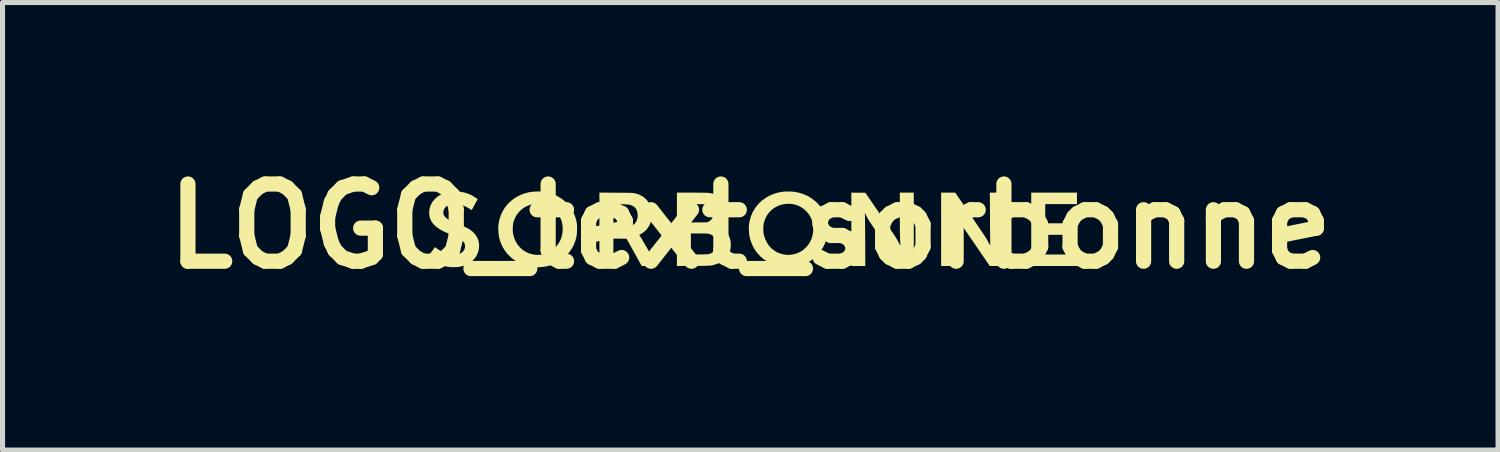
<source format=kicad_pcb>
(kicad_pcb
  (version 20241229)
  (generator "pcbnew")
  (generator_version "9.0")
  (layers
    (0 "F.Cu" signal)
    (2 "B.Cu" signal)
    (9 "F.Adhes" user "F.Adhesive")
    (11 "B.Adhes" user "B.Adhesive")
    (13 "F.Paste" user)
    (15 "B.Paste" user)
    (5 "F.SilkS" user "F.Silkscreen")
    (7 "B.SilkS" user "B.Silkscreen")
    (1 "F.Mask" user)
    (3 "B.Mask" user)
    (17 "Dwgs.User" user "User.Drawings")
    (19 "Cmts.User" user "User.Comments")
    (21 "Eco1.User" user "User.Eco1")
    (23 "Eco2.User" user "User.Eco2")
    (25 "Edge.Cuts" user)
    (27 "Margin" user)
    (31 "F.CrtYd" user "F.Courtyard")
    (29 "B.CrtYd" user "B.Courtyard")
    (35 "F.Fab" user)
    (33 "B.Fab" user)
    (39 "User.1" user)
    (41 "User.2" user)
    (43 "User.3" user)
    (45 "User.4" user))
  (footprint "LOGO_text_sorbonne"
    (layer "F.Cu")
    (at 11.764 1.418)
    (property "Reference" "LOGO_text_sorbonne" (at 0 0 0) (layer "F.SilkS") (effects (font (size 1.524 1.524) (thickness 0.3))))
    (attr board_only exclude_from_pos_files exclude_from_bom)
    (fp_poly (pts (xy 6.45 -0.438) (xy 5.823 -0.438) (xy 5.823 -0.059) (xy 6.331 -0.059) (xy 6.331 0.168) (xy 5.823 0.168) (xy 5.823 0.557) (xy 6.482 0.557) (xy 6.482 0.784) (xy 5.547 0.784) (xy 5.547 -0.665) (xy 6.45 -0.665)) (stroke (width 0) (type solid)) (fill yes) (layer "F.SilkS"))
    (fp_poly (pts (xy 2.272 -0.662) (xy 2.531 -0.284) (xy 2.584 -0.206) (xy 2.631 -0.137) (xy 2.673 -0.076) (xy 2.71 -0.022) (xy 2.743 0.026) (xy 2.771 0.067) (xy 2.795 0.104) (xy 2.816 0.135) (xy 2.834 0.162) (xy 2.85 0.185) (xy 2.863 0.205) (xy 2.874 0.223) (xy 2.884 0.239) (xy 2.892 0.253) (xy 2.9 0.267) (xy 2.908 0.28) (xy 2.915 0.294) (xy 2.923 0.309) (xy 2.925 0.311) (xy 2.941 0.34) (xy 2.952 0.361) (xy 2.96 0.373) (xy 2.964 0.379) (xy 2.966 0.379) (xy 2.967 0.374) (xy 2.966 0.365) (xy 2.963 0.34) (xy 2.961 0.313) (xy 2.959 0.281) (xy 2.957 0.245) (xy 2.956 0.204) (xy 2.955 0.156) (xy 2.954 0.102) (xy 2.953 0.04) (xy 2.953 -0.03) (xy 2.952 -0.109) (xy 2.952 -0.198) (xy 2.952 -0.242) (xy 2.952 -0.665) (xy 3.228 -0.665) (xy 3.228 0.784) (xy 2.954 0.784) (xy 2.664 0.361) (xy 2.614 0.287) (xy 2.568 0.221) (xy 2.529 0.162) (xy 2.494 0.111) (xy 2.463 0.067) (xy 2.437 0.028) (xy 2.415 -0.005) (xy 2.395 -0.034) (xy 2.379 -0.058) (xy 2.366 -0.079) (xy 2.354 -0.097) (xy 2.344 -0.112) (xy 2.336 -0.126) (xy 2.329 -0.138) (xy 2.322 -0.15) (xy 2.315 -0.162) (xy 2.309 -0.175) (xy 2.301 -0.188) (xy 2.298 -0.195) (xy 2.259 -0.268) (xy 2.263 -0.235) (xy 2.263 -0.225) (xy 2.264 -0.205) (xy 2.264 -0.176) (xy 2.265 -0.138) (xy 2.265 -0.093) (xy 2.266 -0.041) (xy 2.267 0.017) (xy 2.267 0.079) (xy 2.268 0.146) (xy 2.268 0.216) (xy 2.269 0.289) (xy 2.269 0.291) (xy 2.271 0.784) (xy 1.995 0.784) (xy 1.995 -0.665)) (stroke (width 0) (type solid)) (fill yes) (layer "F.SilkS"))
    (fp_poly (pts (xy 5.001 0.784) (xy 4.865 0.784) (xy 4.728 0.784) (xy 4.439 0.361) (xy 4.389 0.288) (xy 4.344 0.223) (xy 4.305 0.166) (xy 4.271 0.116) (xy 4.241 0.072) (xy 4.215 0.035) (xy 4.193 0.002) (xy 4.174 -0.026) (xy 4.159 -0.049) (xy 4.145 -0.069) (xy 4.134 -0.087) (xy 4.125 -0.102) (xy 4.116 -0.115) (xy 4.109 -0.128) (xy 4.102 -0.14) (xy 4.095 -0.152) (xy 4.088 -0.165) (xy 4.081 -0.179) (xy 4.075 -0.189) (xy 4.06 -0.218) (xy 4.048 -0.238) (xy 4.041 -0.25) (xy 4.037 -0.255) (xy 4.035 -0.255) (xy 4.035 -0.249) (xy 4.036 -0.241) (xy 4.037 -0.231) (xy 4.037 -0.212) (xy 4.038 -0.183) (xy 4.038 -0.147) (xy 4.039 -0.102) (xy 4.04 -0.051) (xy 4.04 0.006) (xy 4.041 0.069) (xy 4.041 0.135) (xy 4.042 0.205) (xy 4.042 0.278) (xy 4.042 0.285) (xy 4.045 0.784) (xy 3.768 0.784) (xy 3.768 -0.665) (xy 3.908 -0.665) (xy 4.047 -0.664) (xy 4.341 -0.233) (xy 4.391 -0.159) (xy 4.436 -0.093) (xy 4.475 -0.036) (xy 4.51 0.015) (xy 4.54 0.06) (xy 4.566 0.098) (xy 4.588 0.132) (xy 4.608 0.16) (xy 4.624 0.185) (xy 4.638 0.207) (xy 4.65 0.226) (xy 4.661 0.243) (xy 4.67 0.259) (xy 4.679 0.274) (xy 4.687 0.289) (xy 4.695 0.304) (xy 4.704 0.321) (xy 4.707 0.327) (xy 4.721 0.352) (xy 4.731 0.369) (xy 4.736 0.377) (xy 4.739 0.378) (xy 4.739 0.373) (xy 4.739 0.37) (xy 4.738 0.362) (xy 4.737 0.343) (xy 4.737 0.316) (xy 4.736 0.279) (xy 4.736 0.236) (xy 4.735 0.185) (xy 4.735 0.128) (xy 4.734 0.066) (xy 4.733 -0.000195) (xy 4.733 -0.07) (xy 4.733 -0.143) (xy 4.733 -0.158) (xy 4.73 -0.665) (xy 5.001 -0.665)) (stroke (width 0) (type solid)) (fill yes) (layer "F.SilkS"))
    (fp_poly (pts (xy -2.651 -0.663) (xy -2.582 -0.663) (xy -2.524 -0.662) (xy -2.475 -0.662) (xy -2.433 -0.661) (xy -2.399 -0.661) (xy -2.371 -0.66) (xy -2.348 -0.659) (xy -2.329 -0.658) (xy -2.314 -0.657) (xy -2.301 -0.655) (xy -2.289 -0.653) (xy -2.278 -0.651) (xy -2.271 -0.65) (xy -2.205 -0.63) (xy -2.145 -0.601) (xy -2.092 -0.565) (xy -2.046 -0.52) (xy -2.007 -0.469) (xy -1.977 -0.41) (xy -1.956 -0.351) (xy -1.949 -0.311) (xy -1.945 -0.266) (xy -1.944 -0.217) (xy -1.946 -0.17) (xy -1.952 -0.128) (xy -1.956 -0.111) (xy -1.979 -0.045) (xy -2.011 0.014) (xy -2.05 0.066) (xy -2.098 0.111) (xy -2.152 0.148) (xy -2.162 0.154) (xy -2.195 0.171) (xy -2.177 0.195) (xy -2.172 0.203) (xy -2.162 0.219) (xy -2.148 0.242) (xy -2.131 0.271) (xy -2.111 0.305) (xy -2.088 0.344) (xy -2.064 0.386) (xy -2.038 0.43) (xy -2.012 0.475) (xy -1.986 0.521) (xy -1.96 0.565) (xy -1.935 0.608) (xy -1.912 0.649) (xy -1.891 0.686) (xy -1.873 0.718) (xy -1.858 0.744) (xy -1.847 0.764) (xy -1.84 0.777) (xy -1.838 0.781) (xy -1.843 0.782) (xy -1.858 0.782) (xy -1.881 0.783) (xy -1.91 0.783) (xy -1.945 0.784) (xy -1.984 0.784) (xy -1.991 0.784) (xy -2.144 0.784) (xy -2.442 0.246) (xy -2.573 0.244) (xy -2.703 0.243) (xy -2.703 0.784) (xy -2.979 0.784) (xy -2.979 -0.439) (xy -2.703 -0.439) (xy -2.703 0.016) (xy -2.591 0.016) (xy -2.553 0.016) (xy -2.515 0.015) (xy -2.48 0.014) (xy -2.45 0.012) (xy -2.428 0.011) (xy -2.428 0.011) (xy -2.375 0.001) (xy -2.331 -0.016) (xy -2.294 -0.041) (xy -2.264 -0.073) (xy -2.249 -0.099) (xy -2.233 -0.142) (xy -2.224 -0.188) (xy -2.223 -0.234) (xy -2.23 -0.278) (xy -2.243 -0.319) (xy -2.263 -0.355) (xy -2.273 -0.367) (xy -2.299 -0.389) (xy -2.333 -0.408) (xy -2.371 -0.423) (xy -2.387 -0.427) (xy -2.4 -0.429) (xy -2.422 -0.43) (xy -2.451 -0.432) (xy -2.486 -0.434) (xy -2.524 -0.435) (xy -2.559 -0.436) (xy -2.703 -0.439) (xy -2.979 -0.439) (xy -2.979 -0.666)) (stroke (width 0) (type solid)) (fill yes) (layer "F.SilkS"))
    (fp_poly (pts (xy -4.13 -0.686) (xy -4.038 -0.674) (xy -3.95 -0.653) (xy -3.866 -0.623) (xy -3.788 -0.584) (xy -3.716 -0.538) (xy -3.65 -0.484) (xy -3.592 -0.423) (xy -3.54 -0.356) (xy -3.497 -0.282) (xy -3.462 -0.203) (xy -3.436 -0.119) (xy -3.43 -0.088) (xy -3.424 -0.05) (xy -3.421 -0.005) (xy -3.42 0.044) (xy -3.421 0.095) (xy -3.424 0.143) (xy -3.429 0.185) (xy -3.432 0.204) (xy -3.455 0.29) (xy -3.486 0.37) (xy -3.526 0.444) (xy -3.575 0.513) (xy -3.634 0.579) (xy -3.638 0.584) (xy -3.705 0.644) (xy -3.779 0.695) (xy -3.857 0.737) (xy -3.941 0.769) (xy -4.025 0.791) (xy -4.046 0.795) (xy -4.073 0.799) (xy -4.103 0.802) (xy -4.134 0.805) (xy -4.163 0.808) (xy -4.188 0.81) (xy -4.206 0.81) (xy -4.209 0.81) (xy -4.219 0.809) (xy -4.237 0.808) (xy -4.259 0.806) (xy -4.269 0.805) (xy -4.359 0.793) (xy -4.445 0.771) (xy -4.527 0.74) (xy -4.604 0.701) (xy -4.676 0.654) (xy -4.741 0.6) (xy -4.8 0.539) (xy -4.851 0.472) (xy -4.895 0.399) (xy -4.929 0.321) (xy -4.955 0.238) (xy -4.96 0.214) (xy -4.973 0.124) (xy -4.976 0.042) (xy -4.69 0.042) (xy -4.69 0.084) (xy -4.687 0.123) (xy -4.683 0.154) (xy -4.662 0.229) (xy -4.633 0.297) (xy -4.596 0.359) (xy -4.551 0.414) (xy -4.5 0.461) (xy -4.441 0.5) (xy -4.377 0.531) (xy -4.341 0.543) (xy -4.271 0.559) (xy -4.201 0.565) (xy -4.13 0.56) (xy -4.073 0.549) (xy -4.007 0.527) (xy -3.946 0.495) (xy -3.888 0.454) (xy -3.841 0.41) (xy -3.795 0.353) (xy -3.758 0.291) (xy -3.73 0.224) (xy -3.712 0.152) (xy -3.704 0.076) (xy -3.704 0.049) (xy -3.709 -0.026) (xy -3.723 -0.096) (xy -3.748 -0.163) (xy -3.782 -0.224) (xy -3.826 -0.281) (xy -3.835 -0.29) (xy -3.89 -0.341) (xy -3.949 -0.381) (xy -4.012 -0.412) (xy -4.079 -0.432) (xy -4.151 -0.443) (xy -4.198 -0.445) (xy -4.273 -0.439) (xy -4.344 -0.424) (xy -4.411 -0.399) (xy -4.474 -0.364) (xy -4.532 -0.319) (xy -4.537 -0.314) (xy -4.581 -0.267) (xy -4.62 -0.212) (xy -4.651 -0.151) (xy -4.674 -0.087) (xy -4.678 -0.073) (xy -4.684 -0.04) (xy -4.688 -0.000289) (xy -4.69 0.042) (xy -4.976 0.042) (xy -4.977 0.035) (xy -4.97 -0.052) (xy -4.953 -0.137) (xy -4.926 -0.218) (xy -4.89 -0.296) (xy -4.845 -0.369) (xy -4.791 -0.436) (xy -4.761 -0.468) (xy -4.693 -0.527) (xy -4.619 -0.577) (xy -4.54 -0.618) (xy -4.456 -0.65) (xy -4.367 -0.672) (xy -4.276 -0.685) (xy -4.181 -0.688)) (stroke (width 0) (type solid)) (fill yes) (layer "F.SilkS"))
    (fp_poly (pts (xy 0.877 -0.68) (xy 0.966 -0.662) (xy 1.052 -0.634) (xy 1.134 -0.598) (xy 1.21 -0.552) (xy 1.28 -0.498) (xy 1.304 -0.476) (xy 1.362 -0.416) (xy 1.41 -0.351) (xy 1.451 -0.279) (xy 1.454 -0.273) (xy 1.489 -0.193) (xy 1.512 -0.111) (xy 1.526 -0.028) (xy 1.529 0.059) (xy 1.528 0.078) (xy 1.52 0.171) (xy 1.501 0.258) (xy 1.474 0.341) (xy 1.436 0.418) (xy 1.389 0.492) (xy 1.331 0.56) (xy 1.311 0.581) (xy 1.243 0.642) (xy 1.169 0.694) (xy 1.091 0.736) (xy 1.007 0.769) (xy 0.922 0.791) (xy 0.901 0.795) (xy 0.874 0.799) (xy 0.844 0.802) (xy 0.813 0.805) (xy 0.784 0.808) (xy 0.759 0.81) (xy 0.741 0.81) (xy 0.738 0.81) (xy 0.728 0.809) (xy 0.71 0.808) (xy 0.688 0.806) (xy 0.678 0.805) (xy 0.586 0.793) (xy 0.499 0.77) (xy 0.415 0.739) (xy 0.337 0.698) (xy 0.264 0.649) (xy 0.198 0.593) (xy 0.138 0.528) (xy 0.098 0.475) (xy 0.054 0.4) (xy 0.019 0.32) (xy -0.007 0.238) (xy -0.023 0.154) (xy -0.029 0.068) (xy -0.028 0.028) (xy 0.257 0.028) (xy 0.258 0.083) (xy 0.262 0.137) (xy 0.272 0.184) (xy 0.296 0.257) (xy 0.329 0.323) (xy 0.369 0.383) (xy 0.416 0.434) (xy 0.471 0.478) (xy 0.532 0.514) (xy 0.599 0.541) (xy 0.606 0.543) (xy 0.676 0.559) (xy 0.747 0.565) (xy 0.819 0.559) (xy 0.874 0.548) (xy 0.908 0.538) (xy 0.946 0.523) (xy 0.98 0.507) (xy 1.003 0.495) (xy 1.023 0.483) (xy 1.04 0.47) (xy 1.059 0.455) (xy 1.08 0.434) (xy 1.092 0.422) (xy 1.123 0.389) (xy 1.147 0.36) (xy 1.166 0.334) (xy 1.173 0.322) (xy 1.206 0.253) (xy 1.229 0.18) (xy 1.241 0.105) (xy 1.243 0.049) (xy 1.238 -0.026) (xy 1.224 -0.096) (xy 1.199 -0.163) (xy 1.165 -0.224) (xy 1.121 -0.281) (xy 1.112 -0.29) (xy 1.057 -0.341) (xy 0.998 -0.381) (xy 0.935 -0.412) (xy 0.868 -0.432) (xy 0.796 -0.443) (xy 0.749 -0.445) (xy 0.675 -0.439) (xy 0.605 -0.424) (xy 0.54 -0.4) (xy 0.479 -0.367) (xy 0.424 -0.326) (xy 0.375 -0.278) (xy 0.334 -0.222) (xy 0.3 -0.161) (xy 0.275 -0.093) (xy 0.269 -0.073) (xy 0.261 -0.025) (xy 0.257 0.028) (xy -0.028 0.028) (xy -0.027 -0.018) (xy -0.014 -0.102) (xy 0.008 -0.184) (xy 0.04 -0.264) (xy 0.046 -0.276) (xy 0.088 -0.348) (xy 0.137 -0.415) (xy 0.193 -0.475) (xy 0.234 -0.511) (xy 0.309 -0.565) (xy 0.387 -0.609) (xy 0.47 -0.643) (xy 0.557 -0.668) (xy 0.649 -0.683) (xy 0.688 -0.686) (xy 0.784 -0.688)) (stroke (width 0) (type solid)) (fill yes) (layer "F.SilkS"))
    (fp_poly (pts (xy -1.153 -0.665) (xy -1.096 -0.665) (xy -1.041 -0.664) (xy -0.989 -0.664) (xy -0.942 -0.663) (xy -0.901 -0.662) (xy -0.866 -0.662) (xy -0.839 -0.661) (xy -0.821 -0.66) (xy -0.816 -0.659) (xy -0.743 -0.646) (xy -0.676 -0.625) (xy -0.618 -0.596) (xy -0.567 -0.561) (xy -0.524 -0.519) (xy -0.49 -0.47) (xy -0.464 -0.414) (xy -0.461 -0.407) (xy -0.455 -0.388) (xy -0.451 -0.372) (xy -0.448 -0.355) (xy -0.447 -0.334) (xy -0.447 -0.307) (xy -0.447 -0.292) (xy -0.447 -0.261) (xy -0.448 -0.238) (xy -0.45 -0.219) (xy -0.453 -0.203) (xy -0.458 -0.185) (xy -0.462 -0.176) (xy -0.471 -0.15) (xy -0.483 -0.125) (xy -0.494 -0.103) (xy -0.495 -0.102) (xy -0.514 -0.075) (xy -0.538 -0.047) (xy -0.565 -0.022) (xy -0.59 -0.002) (xy -0.599 0.004) (xy -0.611 0.012) (xy -0.618 0.019) (xy -0.618 0.022) (xy -0.611 0.025) (xy -0.597 0.032) (xy -0.584 0.037) (xy -0.55 0.054) (xy -0.515 0.078) (xy -0.483 0.107) (xy -0.456 0.136) (xy -0.456 0.136) (xy -0.425 0.186) (xy -0.402 0.239) (xy -0.389 0.296) (xy -0.384 0.358) (xy -0.384 0.368) (xy -0.389 0.435) (xy -0.403 0.497) (xy -0.426 0.554) (xy -0.459 0.605) (xy -0.5 0.65) (xy -0.55 0.69) (xy -0.609 0.723) (xy -0.677 0.75) (xy -0.752 0.771) (xy -0.762 0.773) (xy -0.773 0.775) (xy -0.788 0.776) (xy -0.806 0.777) (xy -0.829 0.778) (xy -0.857 0.779) (xy -0.892 0.78) (xy -0.933 0.781) (xy -0.983 0.781) (xy -1.042 0.782) (xy -1.11 0.782) (xy -1.121 0.782) (xy -1.449 0.784) (xy -1.449 0.558) (xy -1.173 0.558) (xy -1.002 0.555) (xy -0.952 0.555) (xy -0.911 0.554) (xy -0.88 0.553) (xy -0.855 0.552) (xy -0.835 0.55) (xy -0.821 0.549) (xy -0.81 0.546) (xy -0.802 0.544) (xy -0.76 0.525) (xy -0.726 0.498) (xy -0.698 0.464) (xy -0.679 0.425) (xy -0.668 0.38) (xy -0.666 0.333) (xy -0.674 0.285) (xy -0.691 0.243) (xy -0.716 0.208) (xy -0.749 0.179) (xy -0.766 0.169) (xy -0.781 0.161) (xy -0.797 0.155) (xy -0.813 0.15) (xy -0.831 0.147) (xy -0.854 0.144) (xy -0.881 0.142) (xy -0.915 0.141) (xy -0.957 0.141) (xy -1.009 0.141) (xy -1.014 0.141) (xy -1.173 0.141) (xy -1.173 0.558) (xy -1.449 0.558) (xy -1.449 -0.439) (xy -1.173 -0.439) (xy -1.173 -0.075) (xy -1.012 -0.077) (xy -0.852 -0.078) (xy -0.821 -0.093) (xy -0.789 -0.114) (xy -0.763 -0.141) (xy -0.742 -0.177) (xy -0.741 -0.178) (xy -0.734 -0.195) (xy -0.73 -0.21) (xy -0.728 -0.228) (xy -0.727 -0.252) (xy -0.727 -0.259) (xy -0.728 -0.285) (xy -0.729 -0.304) (xy -0.733 -0.319) (xy -0.739 -0.334) (xy -0.742 -0.342) (xy -0.765 -0.376) (xy -0.796 -0.404) (xy -0.832 -0.423) (xy -0.842 -0.426) (xy -0.851 -0.429) (xy -0.862 -0.431) (xy -0.877 -0.433) (xy -0.895 -0.434) (xy -0.92 -0.435) (xy -0.951 -0.436) (xy -0.991 -0.436) (xy -1.018 -0.437) (xy -1.173 -0.439) (xy -1.449 -0.439) (xy -1.449 -0.665)) (stroke (width 0) (type solid)) (fill yes) (layer "F.SilkS"))
    (fp_poly (pts (xy -5.735 -0.683) (xy -5.661 -0.67) (xy -5.59 -0.65) (xy -5.522 -0.623) (xy -5.46 -0.589) (xy -5.453 -0.584) (xy -5.425 -0.566) (xy -5.406 -0.553) (xy -5.394 -0.544) (xy -5.387 -0.538) (xy -5.385 -0.534) (xy -5.385 -0.533) (xy -5.387 -0.528) (xy -5.394 -0.515) (xy -5.404 -0.496) (xy -5.417 -0.473) (xy -5.432 -0.446) (xy -5.447 -0.419) (xy -5.461 -0.391) (xy -5.475 -0.366) (xy -5.487 -0.345) (xy -5.496 -0.33) (xy -5.501 -0.321) (xy -5.502 -0.32) (xy -5.506 -0.322) (xy -5.518 -0.329) (xy -5.534 -0.339) (xy -5.54 -0.344) (xy -5.578 -0.367) (xy -5.621 -0.39) (xy -5.666 -0.41) (xy -5.708 -0.425) (xy -5.715 -0.427) (xy -5.751 -0.435) (xy -5.792 -0.44) (xy -5.833 -0.442) (xy -5.872 -0.441) (xy -5.905 -0.436) (xy -5.909 -0.435) (xy -5.955 -0.419) (xy -5.994 -0.397) (xy -6.024 -0.369) (xy -6.046 -0.337) (xy -6.058 -0.301) (xy -6.061 -0.273) (xy -6.057 -0.24) (xy -6.045 -0.21) (xy -6.024 -0.183) (xy -6.011 -0.17) (xy -5.995 -0.157) (xy -5.977 -0.144) (xy -5.956 -0.131) (xy -5.931 -0.118) (xy -5.9 -0.103) (xy -5.862 -0.086) (xy -5.817 -0.067) (xy -5.79 -0.056) (xy -5.726 -0.03) (xy -5.671 -0.005) (xy -5.623 0.017) (xy -5.583 0.038) (xy -5.548 0.058) (xy -5.518 0.078) (xy -5.491 0.099) (xy -5.467 0.121) (xy -5.452 0.136) (xy -5.413 0.185) (xy -5.384 0.238) (xy -5.364 0.295) (xy -5.355 0.356) (xy -5.356 0.419) (xy -5.358 0.437) (xy -5.372 0.502) (xy -5.395 0.562) (xy -5.428 0.616) (xy -5.469 0.665) (xy -5.517 0.708) (xy -5.573 0.743) (xy -5.635 0.772) (xy -5.704 0.792) (xy -5.717 0.795) (xy -5.773 0.803) (xy -5.834 0.807) (xy -5.894 0.807) (xy -5.923 0.805) (xy -6.001 0.795) (xy -6.078 0.776) (xy -6.153 0.75) (xy -6.223 0.718) (xy -6.288 0.68) (xy -6.344 0.637) (xy -6.349 0.633) (xy -6.374 0.61) (xy -6.3 0.512) (xy -6.279 0.484) (xy -6.26 0.458) (xy -6.245 0.437) (xy -6.233 0.422) (xy -6.227 0.413) (xy -6.225 0.412) (xy -6.221 0.414) (xy -6.21 0.422) (xy -6.194 0.433) (xy -6.184 0.441) (xy -6.154 0.461) (xy -6.118 0.483) (xy -6.078 0.503) (xy -6.037 0.522) (xy -5.999 0.537) (xy -5.972 0.546) (xy -5.929 0.555) (xy -5.884 0.56) (xy -5.839 0.561) (xy -5.799 0.559) (xy -5.775 0.554) (xy -5.731 0.539) (xy -5.694 0.517) (xy -5.665 0.489) (xy -5.645 0.456) (xy -5.639 0.441) (xy -5.632 0.407) (xy -5.633 0.372) (xy -5.641 0.341) (xy -5.644 0.333) (xy -5.655 0.314) (xy -5.67 0.296) (xy -5.69 0.277) (xy -5.716 0.259) (xy -5.748 0.24) (xy -5.787 0.219) (xy -5.835 0.196) (xy -5.891 0.171) (xy -5.926 0.157) (xy -5.975 0.136) (xy -6.016 0.118) (xy -6.051 0.102) (xy -6.08 0.087) (xy -6.106 0.073) (xy -6.131 0.058) (xy -6.155 0.043) (xy -6.162 0.038) (xy -6.217 -0.004) (xy -6.262 -0.05) (xy -6.297 -0.099) (xy -6.322 -0.152) (xy -6.336 -0.209) (xy -6.341 -0.269) (xy -6.34 -0.292) (xy -6.33 -0.357) (xy -6.311 -0.418) (xy -6.281 -0.473) (xy -6.242 -0.524) (xy -6.194 -0.571) (xy -6.146 -0.606) (xy -6.088 -0.637) (xy -6.024 -0.661) (xy -5.956 -0.677) (xy -5.884 -0.686) (xy -5.81 -0.688)) (stroke (width 0) (type solid)) (fill yes) (layer "F.SilkS")))
  (gr_rect
    (start -3 -3)
    (end 26.528 5.836)
    (stroke (width 0.1) (type default))
    (fill no)
    (layer "Edge.Cuts")))
</source>
